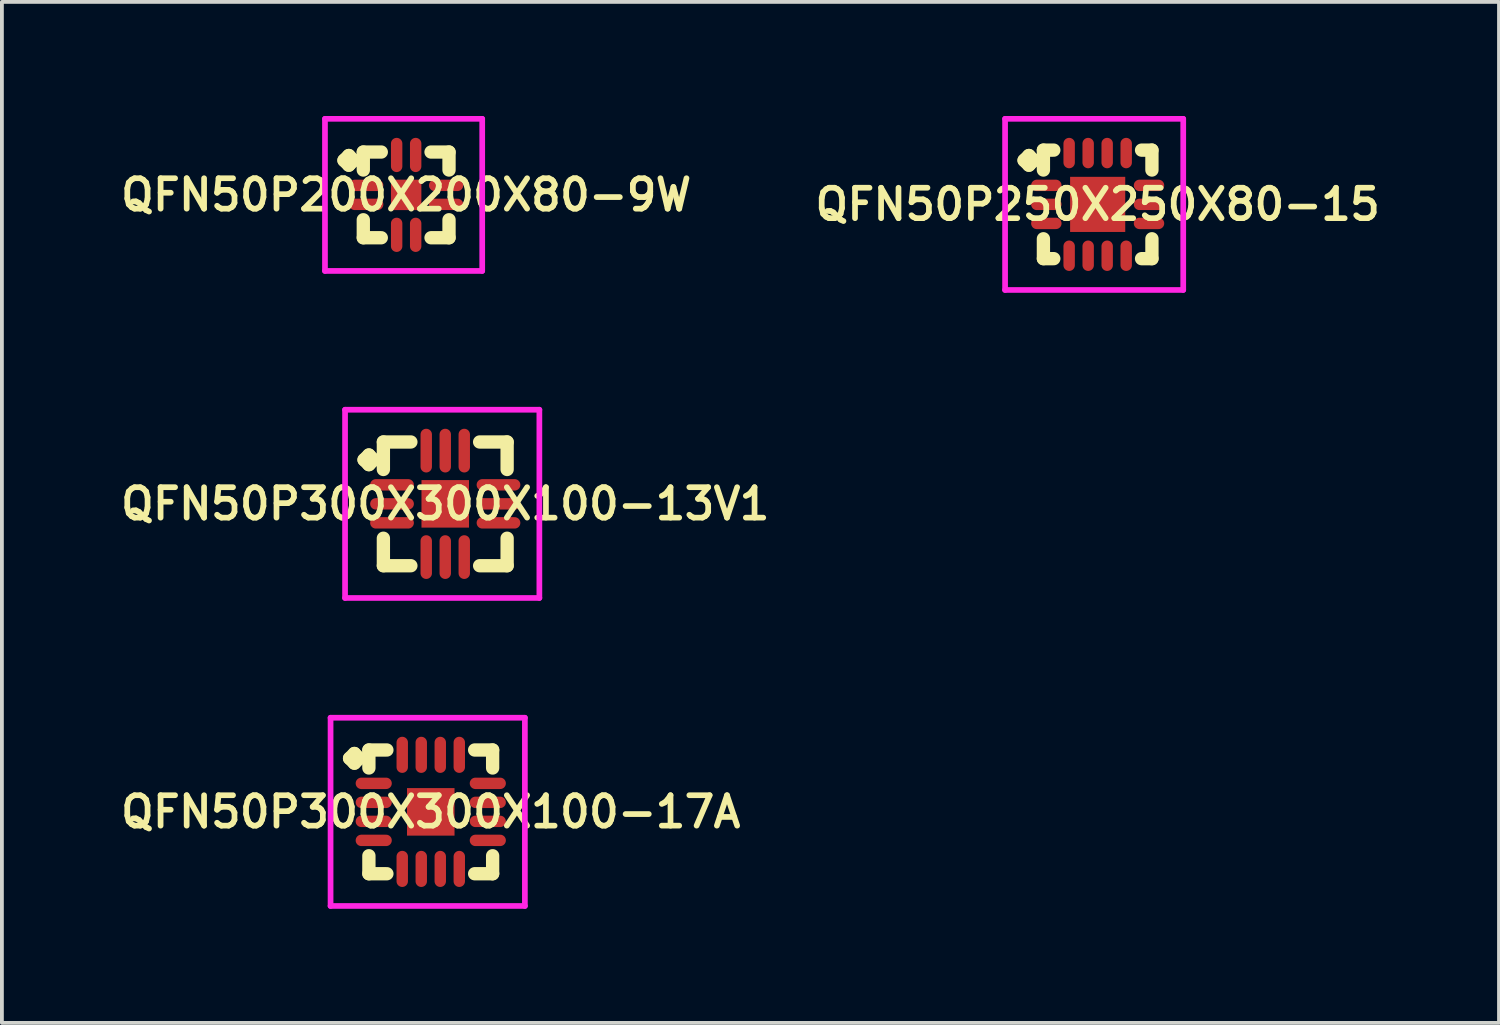
<source format=kicad_pcb>
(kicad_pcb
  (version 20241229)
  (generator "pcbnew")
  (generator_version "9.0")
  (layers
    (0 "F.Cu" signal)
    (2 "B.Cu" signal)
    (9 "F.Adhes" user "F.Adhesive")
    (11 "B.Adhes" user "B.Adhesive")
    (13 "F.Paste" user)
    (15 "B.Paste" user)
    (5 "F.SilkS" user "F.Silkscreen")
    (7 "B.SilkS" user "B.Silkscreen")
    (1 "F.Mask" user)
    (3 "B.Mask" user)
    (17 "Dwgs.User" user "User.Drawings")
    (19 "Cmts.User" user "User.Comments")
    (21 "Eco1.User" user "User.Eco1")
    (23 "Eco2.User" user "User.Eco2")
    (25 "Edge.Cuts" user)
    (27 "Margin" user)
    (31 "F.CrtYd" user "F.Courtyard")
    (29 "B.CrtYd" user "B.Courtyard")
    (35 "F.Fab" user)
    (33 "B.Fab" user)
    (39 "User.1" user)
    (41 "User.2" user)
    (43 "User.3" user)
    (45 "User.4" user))
  (footprint "QFN50P250X250X80-15"
    (layer "F.Cu")
    (at 25.816 2.325)
    (property "Reference" "QFN50P250X250X80-15" (at 0 0 0) (layer "F.SilkS") (effects (font (size 0.8 0.8) (thickness 0.15))))
    (attr smd)
    (fp_line (start -1.935 -1.158) (end -1.808 -1.285) (stroke (width 0.35) (type solid)) (layer "F.SilkS"))
    (fp_line (start -1.808 -1.285) (end -1.681 -1.158) (stroke (width 0.35) (type solid)) (layer "F.SilkS"))
    (fp_line (start -1.808 -1.031) (end -1.935 -1.158) (stroke (width 0.35) (type solid)) (layer "F.SilkS"))
    (fp_line (start -1.681 -1.158) (end -1.808 -1.031) (stroke (width 0.35) (type solid)) (layer "F.SilkS"))
    (fp_line (start -1.427 -1.427) (end -1.154 -1.427) (stroke (width 0.35) (type solid)) (layer "F.SilkS"))
    (fp_line (start -1.427 -0.904) (end -1.427 -1.427) (stroke (width 0.35) (type solid)) (layer "F.SilkS"))
    (fp_line (start -1.427 0.904) (end -1.427 1.427) (stroke (width 0.35) (type solid)) (layer "F.SilkS"))
    (fp_line (start -1.427 1.427) (end -1.154 1.427) (stroke (width 0.35) (type solid)) (layer "F.SilkS"))
    (fp_line (start 1.154 -1.427) (end 1.427 -1.427) (stroke (width 0.35) (type solid)) (layer "F.SilkS"))
    (fp_line (start 1.154 1.427) (end 1.427 1.427) (stroke (width 0.35) (type solid)) (layer "F.SilkS"))
    (fp_line (start 1.427 -1.427) (end 1.427 -0.904) (stroke (width 0.35) (type solid)) (layer "F.SilkS"))
    (fp_line (start 1.427 1.427) (end 1.427 0.904) (stroke (width 0.35) (type solid)) (layer "F.SilkS"))
    (fp_line (start -2.435 -2.25) (end 2.25 -2.25) (stroke (width 0.15) (type solid)) (layer "F.CrtYd"))
    (fp_line (start -2.435 2.25) (end -2.435 -2.25) (stroke (width 0.15) (type solid)) (layer "F.CrtYd"))
    (fp_line (start 2.25 -2.25) (end 2.25 2.25) (stroke (width 0.15) (type solid)) (layer "F.CrtYd"))
    (fp_line (start 2.25 2.25) (end -2.435 2.25) (stroke (width 0.15) (type solid)) (layer "F.CrtYd"))
    (pad "1" smd oval (at -1.35 -0.5) (size 0.8 0.3) (layers "F.Cu" "F.Mask" "F.Paste"))
    (pad "2" smd oval (at -1.35 0) (size 0.8 0.3) (layers "F.Cu" "F.Mask" "F.Paste"))
    (pad "3" smd oval (at -1.35 0.5) (size 0.8 0.3) (layers "F.Cu" "F.Mask" "F.Paste"))
    (pad "4" smd oval (at -0.75 1.35) (size 0.3 0.8) (layers "F.Cu" "F.Mask" "F.Paste"))
    (pad "5" smd oval (at -0.25 1.35) (size 0.3 0.8) (layers "F.Cu" "F.Mask" "F.Paste"))
    (pad "6" smd oval (at 0.25 1.35) (size 0.3 0.8) (layers "F.Cu" "F.Mask" "F.Paste"))
    (pad "7" smd oval (at 0.75 1.35) (size 0.3 0.8) (layers "F.Cu" "F.Mask" "F.Paste"))
    (pad "8" smd oval (at 1.35 0.5) (size 0.8 0.3) (layers "F.Cu" "F.Mask" "F.Paste"))
    (pad "9" smd oval (at 1.35 0) (size 0.8 0.3) (layers "F.Cu" "F.Mask" "F.Paste"))
    (pad "10" smd oval (at 1.35 -0.5) (size 0.8 0.3) (layers "F.Cu" "F.Mask" "F.Paste"))
    (pad "11" smd oval (at 0.75 -1.35) (size 0.3 0.8) (layers "F.Cu" "F.Mask" "F.Paste"))
    (pad "12" smd oval (at 0.25 -1.35) (size 0.3 0.8) (layers "F.Cu" "F.Mask" "F.Paste"))
    (pad "13" smd oval (at -0.25 -1.35) (size 0.3 0.8) (layers "F.Cu" "F.Mask" "F.Paste"))
    (pad "14" smd oval (at -0.75 -1.35) (size 0.3 0.8) (layers "F.Cu" "F.Mask" "F.Paste"))
    (pad "15" smd rect (at 0 0) (size 1.45 1.45) (layers "F.Cu" "F.Mask" "F.Paste")))
  (footprint "QFN50P200X200X80-9W"
    (layer "F.Cu")
    (at 7.631 2.075)
    (property "Reference" "QFN50P200X200X80-9W" (at 0 0 0) (layer "F.SilkS") (effects (font (size 0.8 0.8) (thickness 0.15))))
    (attr smd)
    (fp_line (start -1.635 -0.908) (end -1.508 -1.035) (stroke (width 0.35) (type solid)) (layer "F.SilkS"))
    (fp_line (start -1.508 -1.035) (end -1.381 -0.908) (stroke (width 0.35) (type solid)) (layer "F.SilkS"))
    (fp_line (start -1.508 -0.781) (end -1.635 -0.908) (stroke (width 0.35) (type solid)) (layer "F.SilkS"))
    (fp_line (start -1.381 -0.908) (end -1.508 -0.781) (stroke (width 0.35) (type solid)) (layer "F.SilkS"))
    (fp_line (start -1.127 -1.127) (end -0.654 -1.127) (stroke (width 0.35) (type solid)) (layer "F.SilkS"))
    (fp_line (start -1.127 -0.654) (end -1.127 -1.127) (stroke (width 0.35) (type solid)) (layer "F.SilkS"))
    (fp_line (start -1.127 0.654) (end -1.127 1.127) (stroke (width 0.35) (type solid)) (layer "F.SilkS"))
    (fp_line (start -1.127 1.127) (end -0.654 1.127) (stroke (width 0.35) (type solid)) (layer "F.SilkS"))
    (fp_line (start 0.654 -1.127) (end 1.127 -1.127) (stroke (width 0.35) (type solid)) (layer "F.SilkS"))
    (fp_line (start 0.654 1.127) (end 1.127 1.127) (stroke (width 0.35) (type solid)) (layer "F.SilkS"))
    (fp_line (start 1.127 -1.127) (end 1.127 -0.654) (stroke (width 0.35) (type solid)) (layer "F.SilkS"))
    (fp_line (start 1.127 1.127) (end 1.127 0.654) (stroke (width 0.35) (type solid)) (layer "F.SilkS"))
    (fp_line (start -2.135 -2) (end 2 -2) (stroke (width 0.15) (type solid)) (layer "F.CrtYd"))
    (fp_line (start -2.135 2) (end -2.135 -2) (stroke (width 0.15) (type solid)) (layer "F.CrtYd"))
    (fp_line (start 2 -2) (end 2 2) (stroke (width 0.15) (type solid)) (layer "F.CrtYd"))
    (fp_line (start 2 2) (end -2.135 2) (stroke (width 0.15) (type solid)) (layer "F.CrtYd"))
    (pad "1" smd oval (at -1.05 -0.25) (size 0.9 0.3) (layers "F.Cu" "F.Mask" "F.Paste"))
    (pad "2" smd oval (at -1.05 0.25) (size 0.9 0.3) (layers "F.Cu" "F.Mask" "F.Paste"))
    (pad "3" smd oval (at -0.25 1.05) (size 0.3 0.9) (layers "F.Cu" "F.Mask" "F.Paste"))
    (pad "4" smd oval (at 0.25 1.05) (size 0.3 0.9) (layers "F.Cu" "F.Mask" "F.Paste"))
    (pad "5" smd oval (at 1.05 0.25) (size 0.9 0.3) (layers "F.Cu" "F.Mask" "F.Paste"))
    (pad "6" smd oval (at 1.05 -0.25) (size 0.9 0.3) (layers "F.Cu" "F.Mask" "F.Paste"))
    (pad "7" smd oval (at 0.25 -1.05) (size 0.3 0.9) (layers "F.Cu" "F.Mask" "F.Paste"))
    (pad "8" smd oval (at -0.25 -1.05) (size 0.3 0.9) (layers "F.Cu" "F.Mask" "F.Paste"))
    (pad "9" smd rect (at 0 0) (size 0.8 0.8) (layers "F.Cu" "F.Mask" "F.Paste")))
  (footprint "QFN50P300X300X100-17A"
    (layer "F.Cu")
    (at 8.278 18.3)
    (property "Reference" "QFN50P300X300X100-17A" (at 0 0 0) (layer "F.SilkS") (effects (font (size 0.8 0.8) (thickness 0.15))))
    (attr smd)
    (fp_line (start -2.135 -1.408) (end -2.008 -1.535) (stroke (width 0.35) (type solid)) (layer "F.SilkS"))
    (fp_line (start -2.008 -1.535) (end -1.881 -1.408) (stroke (width 0.35) (type solid)) (layer "F.SilkS"))
    (fp_line (start -2.008 -1.281) (end -2.135 -1.408) (stroke (width 0.35) (type solid)) (layer "F.SilkS"))
    (fp_line (start -1.881 -1.408) (end -2.008 -1.281) (stroke (width 0.35) (type solid)) (layer "F.SilkS"))
    (fp_line (start -1.627 -1.627) (end -1.154 -1.627) (stroke (width 0.35) (type solid)) (layer "F.SilkS"))
    (fp_line (start -1.627 -1.154) (end -1.627 -1.627) (stroke (width 0.35) (type solid)) (layer "F.SilkS"))
    (fp_line (start -1.627 1.154) (end -1.627 1.627) (stroke (width 0.35) (type solid)) (layer "F.SilkS"))
    (fp_line (start -1.627 1.627) (end -1.154 1.627) (stroke (width 0.35) (type solid)) (layer "F.SilkS"))
    (fp_line (start 1.154 -1.627) (end 1.627 -1.627) (stroke (width 0.35) (type solid)) (layer "F.SilkS"))
    (fp_line (start 1.154 1.627) (end 1.627 1.627) (stroke (width 0.35) (type solid)) (layer "F.SilkS"))
    (fp_line (start 1.627 -1.627) (end 1.627 -1.154) (stroke (width 0.35) (type solid)) (layer "F.SilkS"))
    (fp_line (start 1.627 1.627) (end 1.627 1.154) (stroke (width 0.35) (type solid)) (layer "F.SilkS"))
    (fp_line (start -2.635 -2.475) (end 2.475 -2.475) (stroke (width 0.15) (type solid)) (layer "F.CrtYd"))
    (fp_line (start -2.635 2.475) (end -2.635 -2.475) (stroke (width 0.15) (type solid)) (layer "F.CrtYd"))
    (fp_line (start 2.475 -2.475) (end 2.475 2.475) (stroke (width 0.15) (type solid)) (layer "F.CrtYd"))
    (fp_line (start 2.475 2.475) (end -2.635 2.475) (stroke (width 0.15) (type solid)) (layer "F.CrtYd"))
    (pad "1" smd oval (at -1.5 -0.75) (size 0.95 0.3) (layers "F.Cu" "F.Mask" "F.Paste"))
    (pad "2" smd oval (at -1.5 -0.25) (size 0.95 0.3) (layers "F.Cu" "F.Mask" "F.Paste"))
    (pad "3" smd oval (at -1.5 0.25) (size 0.95 0.3) (layers "F.Cu" "F.Mask" "F.Paste"))
    (pad "4" smd oval (at -1.5 0.75) (size 0.95 0.3) (layers "F.Cu" "F.Mask" "F.Paste"))
    (pad "5" smd oval (at -0.75 1.5) (size 0.3 0.95) (layers "F.Cu" "F.Mask" "F.Paste"))
    (pad "6" smd oval (at -0.25 1.5) (size 0.3 0.95) (layers "F.Cu" "F.Mask" "F.Paste"))
    (pad "7" smd oval (at 0.25 1.5) (size 0.3 0.95) (layers "F.Cu" "F.Mask" "F.Paste"))
    (pad "8" smd oval (at 0.75 1.5) (size 0.3 0.95) (layers "F.Cu" "F.Mask" "F.Paste"))
    (pad "9" smd oval (at 1.5 0.75) (size 0.95 0.3) (layers "F.Cu" "F.Mask" "F.Paste"))
    (pad "10" smd oval (at 1.5 0.25) (size 0.95 0.3) (layers "F.Cu" "F.Mask" "F.Paste"))
    (pad "11" smd oval (at 1.5 -0.25) (size 0.95 0.3) (layers "F.Cu" "F.Mask" "F.Paste"))
    (pad "12" smd oval (at 1.5 -0.75) (size 0.95 0.3) (layers "F.Cu" "F.Mask" "F.Paste"))
    (pad "13" smd oval (at 0.75 -1.5) (size 0.3 0.95) (layers "F.Cu" "F.Mask" "F.Paste"))
    (pad "14" smd oval (at 0.25 -1.5) (size 0.3 0.95) (layers "F.Cu" "F.Mask" "F.Paste"))
    (pad "15" smd oval (at -0.25 -1.5) (size 0.3 0.95) (layers "F.Cu" "F.Mask" "F.Paste"))
    (pad "16" smd oval (at -0.75 -1.5) (size 0.3 0.95) (layers "F.Cu" "F.Mask" "F.Paste"))
    (pad "17" smd rect (at 0 0) (size 1.25 1.25) (layers "F.Cu" "F.Mask" "F.Paste")))
  (footprint "QFN50P300X300X100-13V1"
    (layer "F.Cu")
    (at 8.659 10.2)
    (property "Reference" "QFN50P300X300X100-13V1" (at 0 0 0) (layer "F.SilkS") (effects (font (size 0.8 0.8) (thickness 0.15))))
    (attr smd)
    (fp_line (start -2.135 -1.158) (end -2.008 -1.285) (stroke (width 0.35) (type solid)) (layer "F.SilkS"))
    (fp_line (start -2.008 -1.285) (end -1.881 -1.158) (stroke (width 0.35) (type solid)) (layer "F.SilkS"))
    (fp_line (start -2.008 -1.031) (end -2.135 -1.158) (stroke (width 0.35) (type solid)) (layer "F.SilkS"))
    (fp_line (start -1.881 -1.158) (end -2.008 -1.031) (stroke (width 0.35) (type solid)) (layer "F.SilkS"))
    (fp_line (start -1.627 -1.627) (end -0.904 -1.627) (stroke (width 0.35) (type solid)) (layer "F.SilkS"))
    (fp_line (start -1.627 -0.904) (end -1.627 -1.627) (stroke (width 0.35) (type solid)) (layer "F.SilkS"))
    (fp_line (start -1.627 0.904) (end -1.627 1.627) (stroke (width 0.35) (type solid)) (layer "F.SilkS"))
    (fp_line (start -1.627 1.627) (end -0.904 1.627) (stroke (width 0.35) (type solid)) (layer "F.SilkS"))
    (fp_line (start 0.904 -1.627) (end 1.627 -1.627) (stroke (width 0.35) (type solid)) (layer "F.SilkS"))
    (fp_line (start 0.904 1.627) (end 1.627 1.627) (stroke (width 0.35) (type solid)) (layer "F.SilkS"))
    (fp_line (start 1.627 -1.627) (end 1.627 -0.904) (stroke (width 0.35) (type solid)) (layer "F.SilkS"))
    (fp_line (start 1.627 1.627) (end 1.627 0.904) (stroke (width 0.35) (type solid)) (layer "F.SilkS"))
    (fp_line (start -2.635 -2.475) (end 2.475 -2.475) (stroke (width 0.15) (type solid)) (layer "F.CrtYd"))
    (fp_line (start -2.635 2.475) (end -2.635 -2.475) (stroke (width 0.15) (type solid)) (layer "F.CrtYd"))
    (fp_line (start 2.475 -2.475) (end 2.475 2.475) (stroke (width 0.15) (type solid)) (layer "F.CrtYd"))
    (fp_line (start 2.475 2.475) (end -2.635 2.475) (stroke (width 0.15) (type solid)) (layer "F.CrtYd"))
    (pad "1" smd oval (at -1.4 -0.5) (size 1.15 0.3) (layers "F.Cu" "F.Mask" "F.Paste"))
    (pad "2" smd oval (at -1.4 0) (size 1.15 0.3) (layers "F.Cu" "F.Mask" "F.Paste"))
    (pad "3" smd oval (at -1.4 0.5) (size 1.15 0.3) (layers "F.Cu" "F.Mask" "F.Paste"))
    (pad "4" smd oval (at -0.5 1.4) (size 0.3 1.15) (layers "F.Cu" "F.Mask" "F.Paste"))
    (pad "5" smd oval (at 0 1.4) (size 0.3 1.15) (layers "F.Cu" "F.Mask" "F.Paste"))
    (pad "6" smd oval (at 0.5 1.4) (size 0.3 1.15) (layers "F.Cu" "F.Mask" "F.Paste"))
    (pad "7" smd oval (at 1.4 0.5) (size 1.15 0.3) (layers "F.Cu" "F.Mask" "F.Paste"))
    (pad "8" smd oval (at 1.4 0) (size 1.15 0.3) (layers "F.Cu" "F.Mask" "F.Paste"))
    (pad "9" smd oval (at 1.4 -0.5) (size 1.15 0.3) (layers "F.Cu" "F.Mask" "F.Paste"))
    (pad "10" smd oval (at 0.5 -1.4) (size 0.3 1.15) (layers "F.Cu" "F.Mask" "F.Paste"))
    (pad "11" smd oval (at 0 -1.4) (size 0.3 1.15) (layers "F.Cu" "F.Mask" "F.Paste"))
    (pad "12" smd oval (at -0.5 -1.4) (size 0.3 1.15) (layers "F.Cu" "F.Mask" "F.Paste"))
    (pad "13" smd rect (at 0 0) (size 1.25 1.25) (layers "F.Cu" "F.Mask" "F.Paste")))
  (gr_rect
    (start -3 -3)
    (end 36.37 23.85)
    (stroke (width 0.1) (type default))
    (fill no)
    (layer "Edge.Cuts")))
</source>
